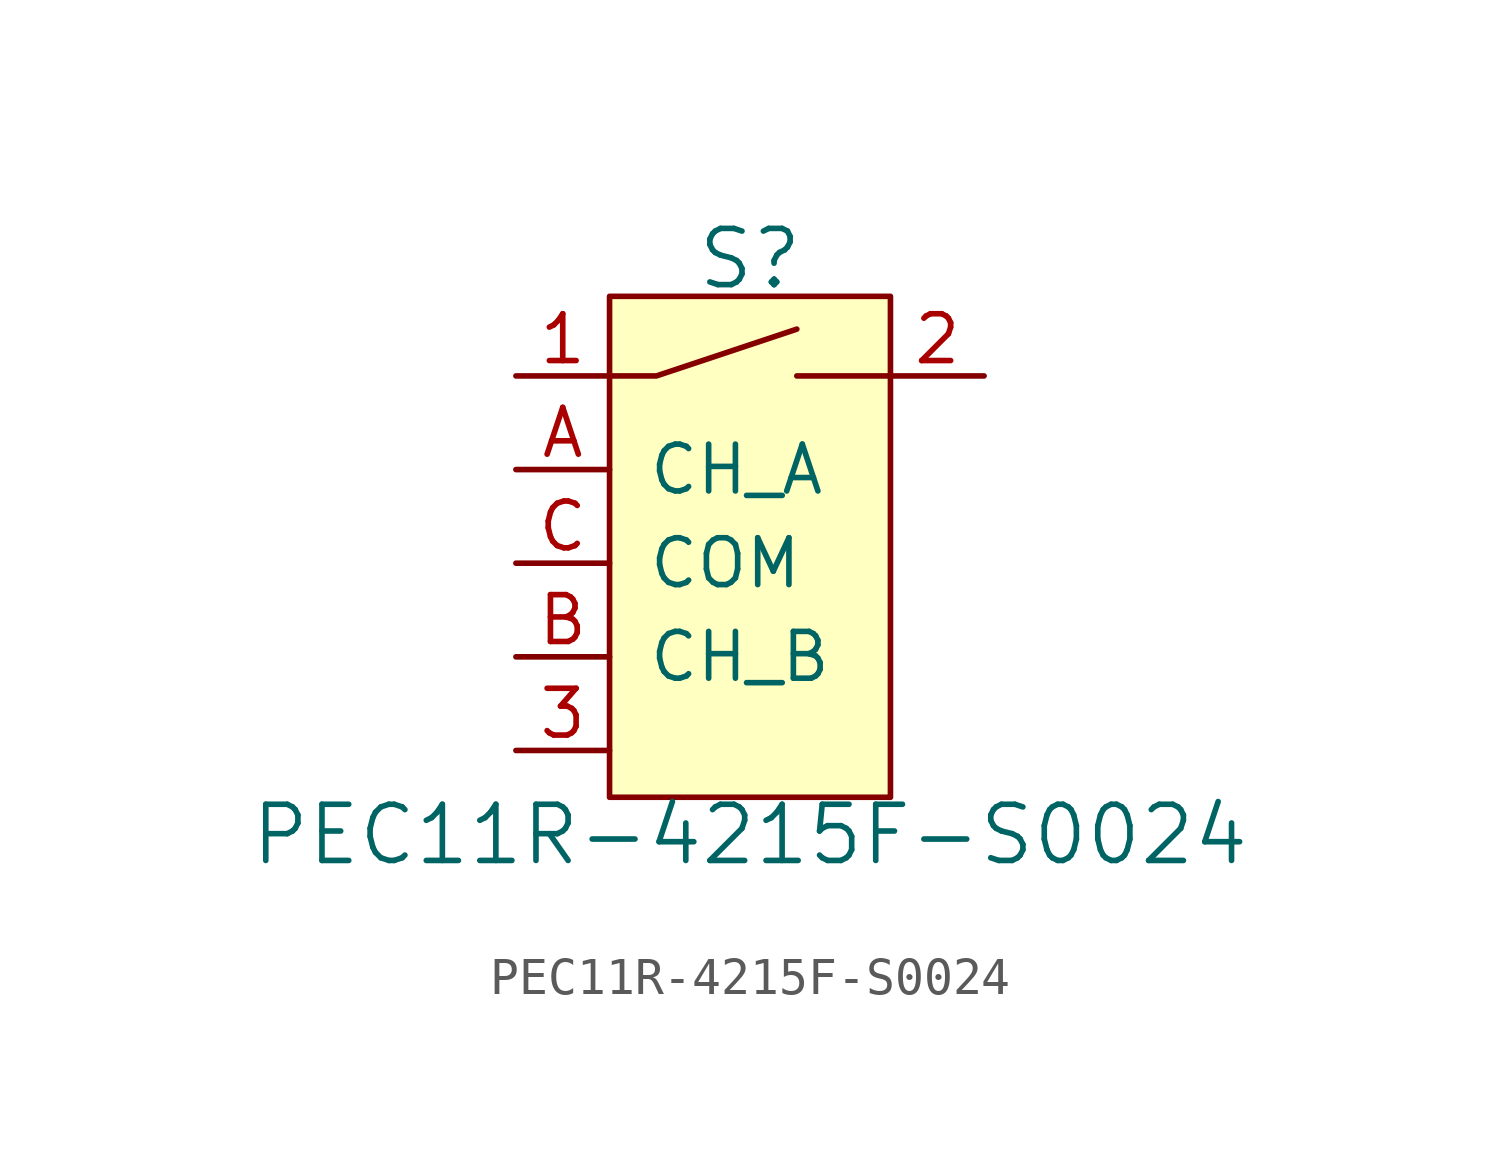
<source format=kicad_sym>
(kicad_symbol_lib
  (version 20220914)
  (generator kicad_symbol_editor)
  (symbol "PEC11R-4215F-S0024"
    (pin_names
      (offset 1.016))
    (property "Reference" "S"
      (at -1.27 5.715 0)
      (effects (font (size 1.524 1.524))))
    (property "Value" "PEC11R-4215F-S0024"
      (at -1.27 -9.906 0)
      (effects (font (size 1.524 1.524))))
    (symbol "PEC11R-4215F-S0024_0_1"
      (rectangle (start -5.08 4.699) (end 2.54 -8.89) (stroke (width 0) (type solid)) (fill (type background)))
      (polyline (pts (xy 0 2.54) (xy 2.54 2.54)) (stroke (width 0) (type solid)) (fill (type none)))
      (polyline (pts (xy -5.08 2.54) (xy -3.81 2.54) (xy 0 3.81)) (stroke (width 0) (type solid)) (fill (type none))))
    (symbol "PEC11R-4215F-S0024_1_1"
      (pin bidirectional line (at -7.62 2.54 0) (length 2.54) (name "~" (effects (font (size 1.27 1.27)))) (number "1" (effects (font (size 1.27 1.27)))))
      (pin bidirectional line (at 5.08 2.54 180) (length 2.54) (name "~" (effects (font (size 1.27 1.27)))) (number "2" (effects (font (size 1.27 1.27)))))
      (pin unspecified line (at -7.62 -7.62 0) (length 2.54) (name "~" (effects (font (size 1.27 1.27)))) (number "3" (effects (font (size 1.27 1.27)))))
      (pin bidirectional line (at -7.62 0 0) (length 2.54) (name "CH_A" (effects (font (size 1.27 1.27)))) (number "A" (effects (font (size 1.27 1.27)))))
      (pin bidirectional line (at -7.62 -5.08 0) (length 2.54) (name "CH_B" (effects (font (size 1.27 1.27)))) (number "B" (effects (font (size 1.27 1.27)))))
      (pin input line (at -7.62 -2.54 0) (length 2.54) (name "COM" (effects (font (size 1.27 1.27)))) (number "C" (effects (font (size 1.27 1.27))))))))
</source>
